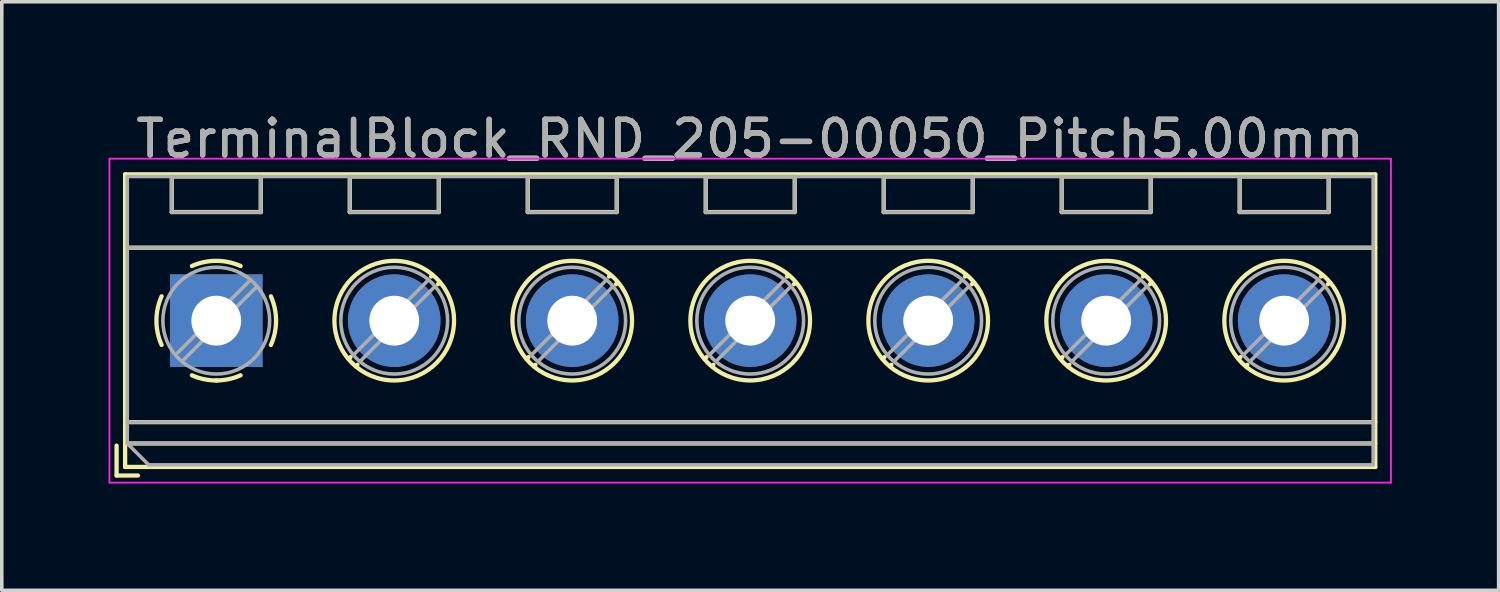
<source format=kicad_pcb>
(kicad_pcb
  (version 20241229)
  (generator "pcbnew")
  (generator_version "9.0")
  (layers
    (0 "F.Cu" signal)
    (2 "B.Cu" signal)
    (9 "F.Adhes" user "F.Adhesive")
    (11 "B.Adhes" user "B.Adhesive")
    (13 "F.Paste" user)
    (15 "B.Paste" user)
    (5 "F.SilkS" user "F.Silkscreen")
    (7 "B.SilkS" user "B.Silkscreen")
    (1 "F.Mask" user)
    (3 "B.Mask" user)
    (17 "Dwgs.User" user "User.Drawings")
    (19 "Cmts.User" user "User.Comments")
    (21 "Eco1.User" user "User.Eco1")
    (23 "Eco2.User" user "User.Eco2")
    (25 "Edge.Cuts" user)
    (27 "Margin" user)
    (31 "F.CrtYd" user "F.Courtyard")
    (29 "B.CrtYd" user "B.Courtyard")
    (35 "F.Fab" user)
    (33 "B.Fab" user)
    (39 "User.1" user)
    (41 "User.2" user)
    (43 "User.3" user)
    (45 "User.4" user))
  (footprint "TerminalBlock_RND_205-00050_Pitch5.00mm"
    (layer "F.Cu")
    (at 3.025 5.958)
    (property "Reference" "TerminalBlock_RND_205-00050_Pitch5.00mm" (at 15 -5.11 0) (layer "F.SilkS") (effects (font (size 1 1) (thickness 0.15))))
    (attr through_hole)
    (fp_line (start -2.8 3.51) (end -2.8 4.35) (stroke (width 0.12) (type solid)) (layer "F.SilkS"))
    (fp_line (start -2.8 4.35) (end -2.2 4.35) (stroke (width 0.12) (type solid)) (layer "F.SilkS"))
    (fp_line (start -2.56 -4.11) (end -2.56 4.11) (stroke (width 0.12) (type solid)) (layer "F.SilkS"))
    (fp_line (start -2.56 -2.05) (end 32.56 -2.05) (stroke (width 0.12) (type solid)) (layer "F.SilkS"))
    (fp_line (start -2.56 2.85) (end 32.56 2.85) (stroke (width 0.12) (type solid)) (layer "F.SilkS"))
    (fp_line (start -2.56 3.45) (end 32.56 3.45) (stroke (width 0.12) (type solid)) (layer "F.SilkS"))
    (fp_line (start -2.56 4.11) (end 32.56 4.11) (stroke (width 0.12) (type solid)) (layer "F.SilkS"))
    (fp_line (start -1.25 -4.05) (end -1.25 -3.05) (stroke (width 0.12) (type solid)) (layer "F.SilkS"))
    (fp_line (start -1.25 -4.05) (end 1.25 -4.05) (stroke (width 0.12) (type solid)) (layer "F.SilkS"))
    (fp_line (start -1.25 -3.05) (end 1.25 -3.05) (stroke (width 0.12) (type solid)) (layer "F.SilkS"))
    (fp_line (start 1.25 -4.05) (end 1.25 -3.05) (stroke (width 0.12) (type solid)) (layer "F.SilkS"))
    (fp_line (start 3.75 -4.05) (end 3.75 -3.05) (stroke (width 0.12) (type solid)) (layer "F.SilkS"))
    (fp_line (start 3.75 -4.05) (end 6.25 -4.05) (stroke (width 0.12) (type solid)) (layer "F.SilkS"))
    (fp_line (start 3.75 -3.05) (end 6.25 -3.05) (stroke (width 0.12) (type solid)) (layer "F.SilkS"))
    (fp_line (start 3.773 1.023) (end 3.726 1.069) (stroke (width 0.12) (type solid)) (layer "F.SilkS"))
    (fp_line (start 3.966 1.239) (end 3.931 1.274) (stroke (width 0.12) (type solid)) (layer "F.SilkS"))
    (fp_line (start 6.07 -1.275) (end 6.035 -1.239) (stroke (width 0.12) (type solid)) (layer "F.SilkS"))
    (fp_line (start 6.25 -4.05) (end 6.25 -3.05) (stroke (width 0.12) (type solid)) (layer "F.SilkS"))
    (fp_line (start 6.275 -1.069) (end 6.228 -1.023) (stroke (width 0.12) (type solid)) (layer "F.SilkS"))
    (fp_line (start 8.75 -4.05) (end 8.75 -3.05) (stroke (width 0.12) (type solid)) (layer "F.SilkS"))
    (fp_line (start 8.75 -4.05) (end 11.25 -4.05) (stroke (width 0.12) (type solid)) (layer "F.SilkS"))
    (fp_line (start 8.75 -3.05) (end 11.25 -3.05) (stroke (width 0.12) (type solid)) (layer "F.SilkS"))
    (fp_line (start 8.773 1.023) (end 8.726 1.069) (stroke (width 0.12) (type solid)) (layer "F.SilkS"))
    (fp_line (start 8.966 1.239) (end 8.931 1.274) (stroke (width 0.12) (type solid)) (layer "F.SilkS"))
    (fp_line (start 11.07 -1.275) (end 11.035 -1.239) (stroke (width 0.12) (type solid)) (layer "F.SilkS"))
    (fp_line (start 11.25 -4.05) (end 11.25 -3.05) (stroke (width 0.12) (type solid)) (layer "F.SilkS"))
    (fp_line (start 11.275 -1.069) (end 11.228 -1.023) (stroke (width 0.12) (type solid)) (layer "F.SilkS"))
    (fp_line (start 13.75 -4.05) (end 13.75 -3.05) (stroke (width 0.12) (type solid)) (layer "F.SilkS"))
    (fp_line (start 13.75 -4.05) (end 16.25 -4.05) (stroke (width 0.12) (type solid)) (layer "F.SilkS"))
    (fp_line (start 13.75 -3.05) (end 16.25 -3.05) (stroke (width 0.12) (type solid)) (layer "F.SilkS"))
    (fp_line (start 13.773 1.023) (end 13.726 1.069) (stroke (width 0.12) (type solid)) (layer "F.SilkS"))
    (fp_line (start 13.966 1.239) (end 13.931 1.274) (stroke (width 0.12) (type solid)) (layer "F.SilkS"))
    (fp_line (start 16.07 -1.275) (end 16.035 -1.239) (stroke (width 0.12) (type solid)) (layer "F.SilkS"))
    (fp_line (start 16.25 -4.05) (end 16.25 -3.05) (stroke (width 0.12) (type solid)) (layer "F.SilkS"))
    (fp_line (start 16.275 -1.069) (end 16.228 -1.023) (stroke (width 0.12) (type solid)) (layer "F.SilkS"))
    (fp_line (start 18.75 -4.05) (end 18.75 -3.05) (stroke (width 0.12) (type solid)) (layer "F.SilkS"))
    (fp_line (start 18.75 -4.05) (end 21.25 -4.05) (stroke (width 0.12) (type solid)) (layer "F.SilkS"))
    (fp_line (start 18.75 -3.05) (end 21.25 -3.05) (stroke (width 0.12) (type solid)) (layer "F.SilkS"))
    (fp_line (start 18.773 1.023) (end 18.726 1.069) (stroke (width 0.12) (type solid)) (layer "F.SilkS"))
    (fp_line (start 18.966 1.239) (end 18.931 1.274) (stroke (width 0.12) (type solid)) (layer "F.SilkS"))
    (fp_line (start 21.07 -1.275) (end 21.035 -1.239) (stroke (width 0.12) (type solid)) (layer "F.SilkS"))
    (fp_line (start 21.25 -4.05) (end 21.25 -3.05) (stroke (width 0.12) (type solid)) (layer "F.SilkS"))
    (fp_line (start 21.275 -1.069) (end 21.228 -1.023) (stroke (width 0.12) (type solid)) (layer "F.SilkS"))
    (fp_line (start 23.75 -4.05) (end 23.75 -3.05) (stroke (width 0.12) (type solid)) (layer "F.SilkS"))
    (fp_line (start 23.75 -4.05) (end 26.25 -4.05) (stroke (width 0.12) (type solid)) (layer "F.SilkS"))
    (fp_line (start 23.75 -3.05) (end 26.25 -3.05) (stroke (width 0.12) (type solid)) (layer "F.SilkS"))
    (fp_line (start 23.773 1.023) (end 23.726 1.069) (stroke (width 0.12) (type solid)) (layer "F.SilkS"))
    (fp_line (start 23.966 1.239) (end 23.931 1.274) (stroke (width 0.12) (type solid)) (layer "F.SilkS"))
    (fp_line (start 26.07 -1.275) (end 26.035 -1.239) (stroke (width 0.12) (type solid)) (layer "F.SilkS"))
    (fp_line (start 26.25 -4.05) (end 26.25 -3.05) (stroke (width 0.12) (type solid)) (layer "F.SilkS"))
    (fp_line (start 26.275 -1.069) (end 26.228 -1.023) (stroke (width 0.12) (type solid)) (layer "F.SilkS"))
    (fp_line (start 28.75 -4.05) (end 28.75 -3.05) (stroke (width 0.12) (type solid)) (layer "F.SilkS"))
    (fp_line (start 28.75 -4.05) (end 31.25 -4.05) (stroke (width 0.12) (type solid)) (layer "F.SilkS"))
    (fp_line (start 28.75 -3.05) (end 31.25 -3.05) (stroke (width 0.12) (type solid)) (layer "F.SilkS"))
    (fp_line (start 28.773 1.023) (end 28.726 1.069) (stroke (width 0.12) (type solid)) (layer "F.SilkS"))
    (fp_line (start 28.966 1.239) (end 28.931 1.274) (stroke (width 0.12) (type solid)) (layer "F.SilkS"))
    (fp_line (start 31.07 -1.275) (end 31.035 -1.239) (stroke (width 0.12) (type solid)) (layer "F.SilkS"))
    (fp_line (start 31.25 -4.05) (end 31.25 -3.05) (stroke (width 0.12) (type solid)) (layer "F.SilkS"))
    (fp_line (start 31.275 -1.069) (end 31.228 -1.023) (stroke (width 0.12) (type solid)) (layer "F.SilkS"))
    (fp_line (start 32.56 -4.11) (end -2.56 -4.11) (stroke (width 0.12) (type solid)) (layer "F.SilkS"))
    (fp_line (start 32.56 4.11) (end 32.56 -4.11) (stroke (width 0.12) (type solid)) (layer "F.SilkS"))
    (fp_arc (start -1.535427 0.683042) (mid -1.680501 -0.000524) (end -1.535 -0.684) (stroke (width 0.12) (type solid)) (layer "F.SilkS"))
    (fp_arc (start -0.683042 -1.535427) (mid 0.000524 -1.680501) (end 0.684 -1.535) (stroke (width 0.12) (type solid)) (layer "F.SilkS"))
    (fp_arc (start 0.028805 1.680253) (mid -0.335551 1.646659) (end -0.684 1.535) (stroke (width 0.12) (type solid)) (layer "F.SilkS"))
    (fp_arc (start 0.683318 1.534756) (mid 0.349292 1.643288) (end 0 1.68) (stroke (width 0.12) (type solid)) (layer "F.SilkS"))
    (fp_arc (start 1.535427 -0.683042) (mid 1.680501 0.000524) (end 1.535 0.684) (stroke (width 0.12) (type solid)) (layer "F.SilkS"))
    (fp_circle (center 5 0) (end 6.68 0) (stroke (width 0.12) (type solid)) (fill no) (layer "F.SilkS"))
    (fp_circle (center 10 0) (end 11.68 0) (stroke (width 0.12) (type solid)) (fill no) (layer "F.SilkS"))
    (fp_circle (center 15 0) (end 16.68 0) (stroke (width 0.12) (type solid)) (fill no) (layer "F.SilkS"))
    (fp_circle (center 20 0) (end 21.68 0) (stroke (width 0.12) (type solid)) (fill no) (layer "F.SilkS"))
    (fp_circle (center 25 0) (end 26.68 0) (stroke (width 0.12) (type solid)) (fill no) (layer "F.SilkS"))
    (fp_circle (center 30 0) (end 31.68 0) (stroke (width 0.12) (type solid)) (fill no) (layer "F.SilkS"))
    (fp_line (start -3 -4.55) (end -3 4.55) (stroke (width 0.05) (type solid)) (layer "F.CrtYd"))
    (fp_line (start -3 4.55) (end 33 4.55) (stroke (width 0.05) (type solid)) (layer "F.CrtYd"))
    (fp_line (start 33 -4.55) (end -3 -4.55) (stroke (width 0.05) (type solid)) (layer "F.CrtYd"))
    (fp_line (start 33 4.55) (end 33 -4.55) (stroke (width 0.05) (type solid)) (layer "F.CrtYd"))
    (fp_line (start -2.5 -4.05) (end 32.5 -4.05) (stroke (width 0.1) (type solid)) (layer "F.Fab"))
    (fp_line (start -2.5 -2.05) (end 32.5 -2.05) (stroke (width 0.1) (type solid)) (layer "F.Fab"))
    (fp_line (start -2.5 2.85) (end 32.5 2.85) (stroke (width 0.1) (type solid)) (layer "F.Fab"))
    (fp_line (start -2.5 3.45) (end -2.5 -4.05) (stroke (width 0.1) (type solid)) (layer "F.Fab"))
    (fp_line (start -2.5 3.45) (end 32.5 3.45) (stroke (width 0.1) (type solid)) (layer "F.Fab"))
    (fp_line (start -1.9 4.05) (end -2.5 3.45) (stroke (width 0.1) (type solid)) (layer "F.Fab"))
    (fp_line (start -1.25 -4.05) (end -1.25 -3.05) (stroke (width 0.1) (type solid)) (layer "F.Fab"))
    (fp_line (start -1.25 -3.05) (end 1.25 -3.05) (stroke (width 0.1) (type solid)) (layer "F.Fab"))
    (fp_line (start 0.955 -1.138) (end -1.138 0.955) (stroke (width 0.1) (type solid)) (layer "F.Fab"))
    (fp_line (start 1.138 -0.955) (end -0.955 1.138) (stroke (width 0.1) (type solid)) (layer "F.Fab"))
    (fp_line (start 1.25 -4.05) (end -1.25 -4.05) (stroke (width 0.1) (type solid)) (layer "F.Fab"))
    (fp_line (start 1.25 -3.05) (end 1.25 -4.05) (stroke (width 0.1) (type solid)) (layer "F.Fab"))
    (fp_line (start 3.75 -4.05) (end 3.75 -3.05) (stroke (width 0.1) (type solid)) (layer "F.Fab"))
    (fp_line (start 3.75 -3.05) (end 6.25 -3.05) (stroke (width 0.1) (type solid)) (layer "F.Fab"))
    (fp_line (start 5.955 -1.138) (end 3.863 0.955) (stroke (width 0.1) (type solid)) (layer "F.Fab"))
    (fp_line (start 6.138 -0.955) (end 4.046 1.138) (stroke (width 0.1) (type solid)) (layer "F.Fab"))
    (fp_line (start 6.25 -4.05) (end 3.75 -4.05) (stroke (width 0.1) (type solid)) (layer "F.Fab"))
    (fp_line (start 6.25 -3.05) (end 6.25 -4.05) (stroke (width 0.1) (type solid)) (layer "F.Fab"))
    (fp_line (start 8.75 -4.05) (end 8.75 -3.05) (stroke (width 0.1) (type solid)) (layer "F.Fab"))
    (fp_line (start 8.75 -3.05) (end 11.25 -3.05) (stroke (width 0.1) (type solid)) (layer "F.Fab"))
    (fp_line (start 10.955 -1.138) (end 8.863 0.955) (stroke (width 0.1) (type solid)) (layer "F.Fab"))
    (fp_line (start 11.138 -0.955) (end 9.046 1.138) (stroke (width 0.1) (type solid)) (layer "F.Fab"))
    (fp_line (start 11.25 -4.05) (end 8.75 -4.05) (stroke (width 0.1) (type solid)) (layer "F.Fab"))
    (fp_line (start 11.25 -3.05) (end 11.25 -4.05) (stroke (width 0.1) (type solid)) (layer "F.Fab"))
    (fp_line (start 13.75 -4.05) (end 13.75 -3.05) (stroke (width 0.1) (type solid)) (layer "F.Fab"))
    (fp_line (start 13.75 -3.05) (end 16.25 -3.05) (stroke (width 0.1) (type solid)) (layer "F.Fab"))
    (fp_line (start 15.955 -1.138) (end 13.863 0.955) (stroke (width 0.1) (type solid)) (layer "F.Fab"))
    (fp_line (start 16.138 -0.955) (end 14.046 1.138) (stroke (width 0.1) (type solid)) (layer "F.Fab"))
    (fp_line (start 16.25 -4.05) (end 13.75 -4.05) (stroke (width 0.1) (type solid)) (layer "F.Fab"))
    (fp_line (start 16.25 -3.05) (end 16.25 -4.05) (stroke (width 0.1) (type solid)) (layer "F.Fab"))
    (fp_line (start 18.75 -4.05) (end 18.75 -3.05) (stroke (width 0.1) (type solid)) (layer "F.Fab"))
    (fp_line (start 18.75 -3.05) (end 21.25 -3.05) (stroke (width 0.1) (type solid)) (layer "F.Fab"))
    (fp_line (start 20.955 -1.138) (end 18.863 0.955) (stroke (width 0.1) (type solid)) (layer "F.Fab"))
    (fp_line (start 21.138 -0.955) (end 19.046 1.138) (stroke (width 0.1) (type solid)) (layer "F.Fab"))
    (fp_line (start 21.25 -4.05) (end 18.75 -4.05) (stroke (width 0.1) (type solid)) (layer "F.Fab"))
    (fp_line (start 21.25 -3.05) (end 21.25 -4.05) (stroke (width 0.1) (type solid)) (layer "F.Fab"))
    (fp_line (start 23.75 -4.05) (end 23.75 -3.05) (stroke (width 0.1) (type solid)) (layer "F.Fab"))
    (fp_line (start 23.75 -3.05) (end 26.25 -3.05) (stroke (width 0.1) (type solid)) (layer "F.Fab"))
    (fp_line (start 25.955 -1.138) (end 23.863 0.955) (stroke (width 0.1) (type solid)) (layer "F.Fab"))
    (fp_line (start 26.138 -0.955) (end 24.046 1.138) (stroke (width 0.1) (type solid)) (layer "F.Fab"))
    (fp_line (start 26.25 -4.05) (end 23.75 -4.05) (stroke (width 0.1) (type solid)) (layer "F.Fab"))
    (fp_line (start 26.25 -3.05) (end 26.25 -4.05) (stroke (width 0.1) (type solid)) (layer "F.Fab"))
    (fp_line (start 28.75 -4.05) (end 28.75 -3.05) (stroke (width 0.1) (type solid)) (layer "F.Fab"))
    (fp_line (start 28.75 -3.05) (end 31.25 -3.05) (stroke (width 0.1) (type solid)) (layer "F.Fab"))
    (fp_line (start 30.955 -1.138) (end 28.863 0.955) (stroke (width 0.1) (type solid)) (layer "F.Fab"))
    (fp_line (start 31.138 -0.955) (end 29.046 1.138) (stroke (width 0.1) (type solid)) (layer "F.Fab"))
    (fp_line (start 31.25 -4.05) (end 28.75 -4.05) (stroke (width 0.1) (type solid)) (layer "F.Fab"))
    (fp_line (start 31.25 -3.05) (end 31.25 -4.05) (stroke (width 0.1) (type solid)) (layer "F.Fab"))
    (fp_line (start 32.5 -4.05) (end 32.5 4.05) (stroke (width 0.1) (type solid)) (layer "F.Fab"))
    (fp_line (start 32.5 4.05) (end -1.9 4.05) (stroke (width 0.1) (type solid)) (layer "F.Fab"))
    (fp_circle (center 0 0) (end 1.5 0) (stroke (width 0.1) (type solid)) (fill no) (layer "F.Fab"))
    (fp_circle (center 5 0) (end 6.5 0) (stroke (width 0.1) (type solid)) (fill no) (layer "F.Fab"))
    (fp_circle (center 10 0) (end 11.5 0) (stroke (width 0.1) (type solid)) (fill no) (layer "F.Fab"))
    (fp_circle (center 15 0) (end 16.5 0) (stroke (width 0.1) (type solid)) (fill no) (layer "F.Fab"))
    (fp_circle (center 20 0) (end 21.5 0) (stroke (width 0.1) (type solid)) (fill no) (layer "F.Fab"))
    (fp_circle (center 25 0) (end 26.5 0) (stroke (width 0.1) (type solid)) (fill no) (layer "F.Fab"))
    (fp_circle (center 30 0) (end 31.5 0) (stroke (width 0.1) (type solid)) (fill no) (layer "F.Fab"))
    (fp_text user "${REFERENCE}" (at 15 -5.11 0) (layer "F.Fab") (effects (font (size 1 1) (thickness 0.15))))
    (pad "1" thru_hole rect (at 0 0) (size 2.6 2.6) (drill 1.4) (layers "*.Cu" "*.Mask"))
    (pad "2" thru_hole circle (at 5 0) (size 2.6 2.6) (drill 1.4) (layers "*.Cu" "*.Mask"))
    (pad "3" thru_hole circle (at 10 0) (size 2.6 2.6) (drill 1.4) (layers "*.Cu" "*.Mask"))
    (pad "4" thru_hole circle (at 15 0) (size 2.6 2.6) (drill 1.4) (layers "*.Cu" "*.Mask"))
    (pad "5" thru_hole circle (at 20 0) (size 2.6 2.6) (drill 1.4) (layers "*.Cu" "*.Mask"))
    (pad "6" thru_hole circle (at 25 0) (size 2.6 2.6) (drill 1.4) (layers "*.Cu" "*.Mask"))
    (pad "7" thru_hole circle (at 30 0) (size 2.6 2.6) (drill 1.4) (layers "*.Cu" "*.Mask")))
  (gr_rect
    (start -3 -3)
    (end 39.05 13.533)
    (stroke (width 0.1) (type default))
    (fill no)
    (layer "Edge.Cuts")))
</source>
